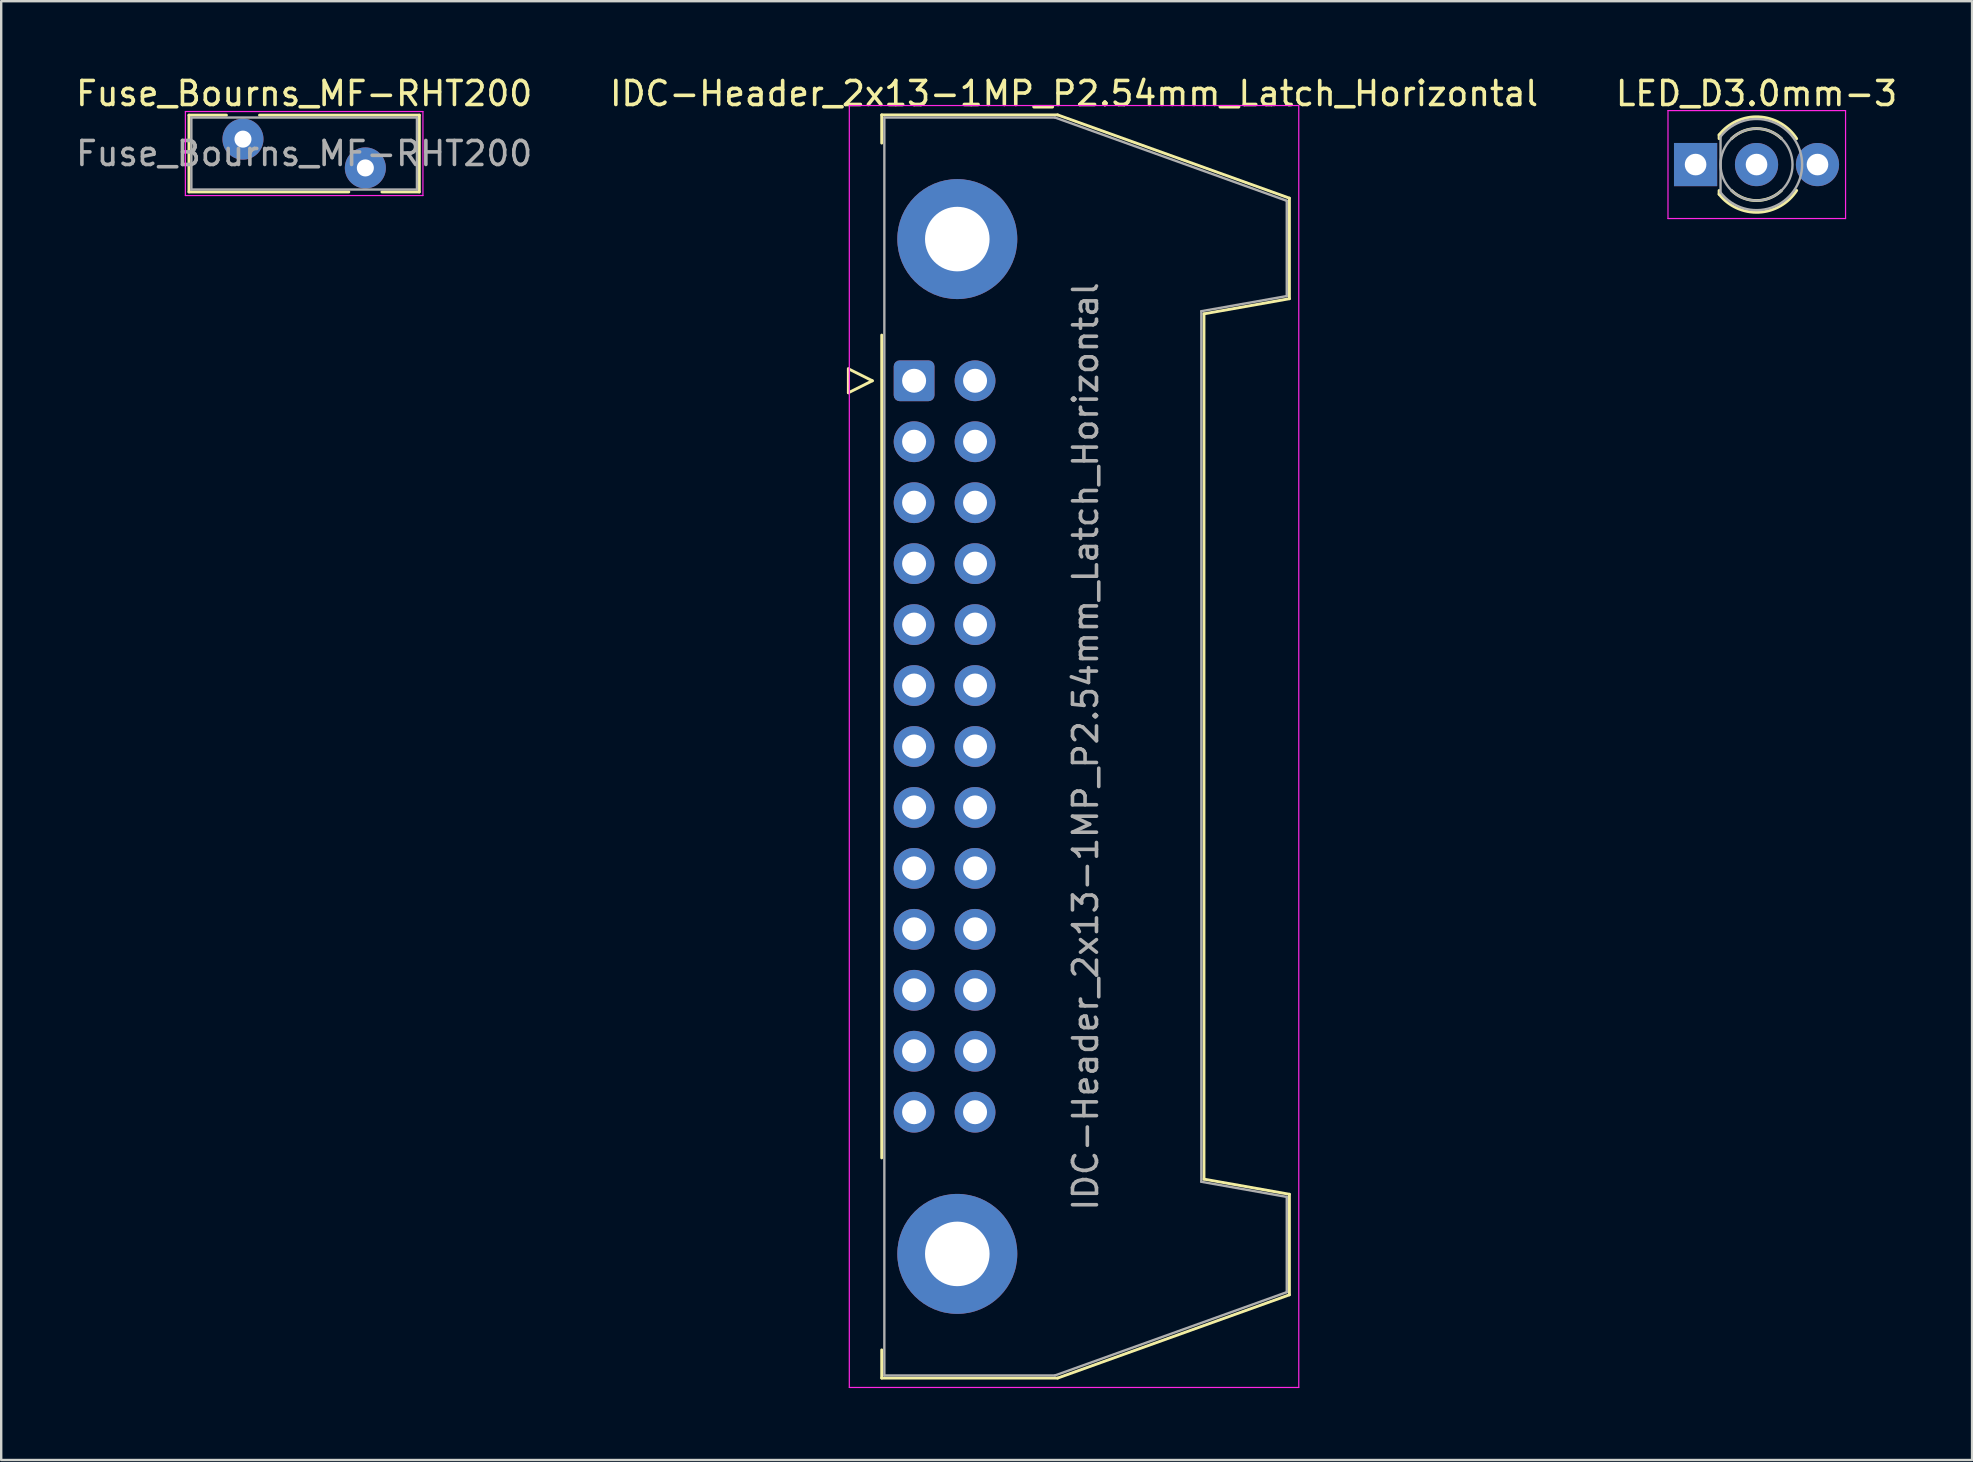
<source format=kicad_pcb>
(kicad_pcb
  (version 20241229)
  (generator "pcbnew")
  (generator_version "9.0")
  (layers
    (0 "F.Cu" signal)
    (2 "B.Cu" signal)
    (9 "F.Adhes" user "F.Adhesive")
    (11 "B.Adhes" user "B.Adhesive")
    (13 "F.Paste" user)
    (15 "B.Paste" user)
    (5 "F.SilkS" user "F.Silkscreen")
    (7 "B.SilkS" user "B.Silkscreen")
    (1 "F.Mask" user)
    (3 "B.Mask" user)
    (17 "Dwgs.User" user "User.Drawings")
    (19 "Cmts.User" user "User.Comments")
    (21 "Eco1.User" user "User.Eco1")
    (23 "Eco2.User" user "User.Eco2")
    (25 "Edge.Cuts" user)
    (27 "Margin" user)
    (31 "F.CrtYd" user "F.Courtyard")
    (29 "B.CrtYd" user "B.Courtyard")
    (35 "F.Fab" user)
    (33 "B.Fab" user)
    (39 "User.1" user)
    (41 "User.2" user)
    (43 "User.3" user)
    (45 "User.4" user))
  (footprint "IDC-Header_2x13-1MP_P2.54mm_Latch_Horizontal"
    (layer "F.Cu")
    (at 35.043 12.818)
    (property "Reference" "IDC-Header_2x13-1MP_P2.54mm_Latch_Horizontal" (at 6.665 -11.97 0) (layer "F.SilkS") (effects (font (size 1 1) (thickness 0.15))))
    (attr through_hole)
    (fp_line (start -2.74 -0.5) (end -2.74 0.5) (stroke (width 0.12) (type solid)) (layer "F.SilkS"))
    (fp_line (start -2.74 0.5) (end -1.74 0) (stroke (width 0.12) (type solid)) (layer "F.SilkS"))
    (fp_line (start -1.74 0) (end -2.74 -0.5) (stroke (width 0.12) (type solid)) (layer "F.SilkS"))
    (fp_line (start -1.35 -11.08) (end -1.35 -9.905) (stroke (width 0.12) (type solid)) (layer "F.SilkS"))
    (fp_line (start -1.35 -11.08) (end 5.98 -11.08) (stroke (width 0.12) (type solid)) (layer "F.SilkS"))
    (fp_line (start -1.35 -1.905) (end -1.35 32.385) (stroke (width 0.12) (type solid)) (layer "F.SilkS"))
    (fp_line (start -1.35 40.385) (end -1.35 41.56) (stroke (width 0.12) (type solid)) (layer "F.SilkS"))
    (fp_line (start 5.98 -11.08) (end 15.64 -7.61) (stroke (width 0.12) (type solid)) (layer "F.SilkS"))
    (fp_line (start 5.98 41.56) (end -1.35 41.56) (stroke (width 0.12) (type solid)) (layer "F.SilkS"))
    (fp_line (start 12.08 -2.79) (end 12.08 33.27) (stroke (width 0.12) (type solid)) (layer "F.SilkS"))
    (fp_line (start 12.08 33.27) (end 15.64 33.9) (stroke (width 0.12) (type solid)) (layer "F.SilkS"))
    (fp_line (start 15.64 -7.61) (end 15.64 -3.42) (stroke (width 0.12) (type solid)) (layer "F.SilkS"))
    (fp_line (start 15.64 -3.42) (end 12.08 -2.79) (stroke (width 0.12) (type solid)) (layer "F.SilkS"))
    (fp_line (start 15.64 33.9) (end 15.64 38.09) (stroke (width 0.12) (type solid)) (layer "F.SilkS"))
    (fp_line (start 15.64 38.09) (end 5.98 41.56) (stroke (width 0.12) (type solid)) (layer "F.SilkS"))
    (fp_line (start -2.7 -11.47) (end -2.7 41.95) (stroke (width 0.05) (type solid)) (layer "F.CrtYd"))
    (fp_line (start -2.7 41.95) (end 16.03 41.95) (stroke (width 0.05) (type solid)) (layer "F.CrtYd"))
    (fp_line (start 16.03 -11.47) (end -2.7 -11.47) (stroke (width 0.05) (type solid)) (layer "F.CrtYd"))
    (fp_line (start 16.03 41.95) (end 16.03 -11.47) (stroke (width 0.05) (type solid)) (layer "F.CrtYd"))
    (fp_line (start -1.24 -10.97) (end 5.87 -10.97) (stroke (width 0.1) (type solid)) (layer "F.Fab"))
    (fp_line (start -1.24 41.45) (end -1.24 -10.97) (stroke (width 0.1) (type solid)) (layer "F.Fab"))
    (fp_line (start 5.87 -10.97) (end 15.53 -7.5) (stroke (width 0.1) (type solid)) (layer "F.Fab"))
    (fp_line (start 5.87 41.45) (end -1.24 41.45) (stroke (width 0.1) (type solid)) (layer "F.Fab"))
    (fp_line (start 11.97 -2.9) (end 11.97 33.38) (stroke (width 0.1) (type solid)) (layer "F.Fab"))
    (fp_line (start 11.97 33.38) (end 15.53 34.01) (stroke (width 0.1) (type solid)) (layer "F.Fab"))
    (fp_line (start 15.53 -7.5) (end 15.53 -3.53) (stroke (width 0.1) (type solid)) (layer "F.Fab"))
    (fp_line (start 15.53 -3.53) (end 11.97 -2.9) (stroke (width 0.1) (type solid)) (layer "F.Fab"))
    (fp_line (start 15.53 34.01) (end 15.53 37.98) (stroke (width 0.1) (type solid)) (layer "F.Fab"))
    (fp_line (start 15.53 37.98) (end 5.87 41.45) (stroke (width 0.1) (type solid)) (layer "F.Fab"))
    (fp_text user "${REFERENCE}" (at 7.145 15.24 90) (layer "F.Fab") (effects (font (size 1 1) (thickness 0.15))))
    (pad "1" thru_hole roundrect (at 0 0) (size 1.7 1.7) (drill 1) (layers "*.Cu" "*.Mask") (roundrect_rratio 0.147))
    (pad "2" thru_hole circle (at 2.54 0) (size 1.7 1.7) (drill 1) (layers "*.Cu" "*.Mask"))
    (pad "3" thru_hole circle (at 0 2.54) (size 1.7 1.7) (drill 1) (layers "*.Cu" "*.Mask"))
    (pad "4" thru_hole circle (at 2.54 2.54) (size 1.7 1.7) (drill 1) (layers "*.Cu" "*.Mask"))
    (pad "5" thru_hole circle (at 0 5.08) (size 1.7 1.7) (drill 1) (layers "*.Cu" "*.Mask"))
    (pad "6" thru_hole circle (at 2.54 5.08) (size 1.7 1.7) (drill 1) (layers "*.Cu" "*.Mask"))
    (pad "7" thru_hole circle (at 0 7.62) (size 1.7 1.7) (drill 1) (layers "*.Cu" "*.Mask"))
    (pad "8" thru_hole circle (at 2.54 7.62) (size 1.7 1.7) (drill 1) (layers "*.Cu" "*.Mask"))
    (pad "9" thru_hole circle (at 0 10.16) (size 1.7 1.7) (drill 1) (layers "*.Cu" "*.Mask"))
    (pad "10" thru_hole circle (at 2.54 10.16) (size 1.7 1.7) (drill 1) (layers "*.Cu" "*.Mask"))
    (pad "11" thru_hole circle (at 0 12.7) (size 1.7 1.7) (drill 1) (layers "*.Cu" "*.Mask"))
    (pad "12" thru_hole circle (at 2.54 12.7) (size 1.7 1.7) (drill 1) (layers "*.Cu" "*.Mask"))
    (pad "13" thru_hole circle (at 0 15.24) (size 1.7 1.7) (drill 1) (layers "*.Cu" "*.Mask"))
    (pad "14" thru_hole circle (at 2.54 15.24) (size 1.7 1.7) (drill 1) (layers "*.Cu" "*.Mask"))
    (pad "15" thru_hole circle (at 0 17.78) (size 1.7 1.7) (drill 1) (layers "*.Cu" "*.Mask"))
    (pad "16" thru_hole circle (at 2.54 17.78) (size 1.7 1.7) (drill 1) (layers "*.Cu" "*.Mask"))
    (pad "17" thru_hole circle (at 0 20.32) (size 1.7 1.7) (drill 1) (layers "*.Cu" "*.Mask"))
    (pad "18" thru_hole circle (at 2.54 20.32) (size 1.7 1.7) (drill 1) (layers "*.Cu" "*.Mask"))
    (pad "19" thru_hole circle (at 0 22.86) (size 1.7 1.7) (drill 1) (layers "*.Cu" "*.Mask"))
    (pad "20" thru_hole circle (at 2.54 22.86) (size 1.7 1.7) (drill 1) (layers "*.Cu" "*.Mask"))
    (pad "21" thru_hole circle (at 0 25.4) (size 1.7 1.7) (drill 1) (layers "*.Cu" "*.Mask"))
    (pad "22" thru_hole circle (at 2.54 25.4) (size 1.7 1.7) (drill 1) (layers "*.Cu" "*.Mask"))
    (pad "23" thru_hole circle (at 0 27.94) (size 1.7 1.7) (drill 1) (layers "*.Cu" "*.Mask"))
    (pad "24" thru_hole circle (at 2.54 27.94) (size 1.7 1.7) (drill 1) (layers "*.Cu" "*.Mask"))
    (pad "25" thru_hole circle (at 0 30.48) (size 1.7 1.7) (drill 1) (layers "*.Cu" "*.Mask"))
    (pad "26" thru_hole circle (at 2.54 30.48) (size 1.7 1.7) (drill 1) (layers "*.Cu" "*.Mask"))
    (pad "MP" thru_hole circle (at 1.8 -5.905) (size 5 5) (drill 2.69) (layers "*.Cu" "*.Mask"))
    (pad "MP" thru_hole circle (at 1.8 36.385) (size 5 5) (drill 2.69) (layers "*.Cu" "*.Mask")))
  (footprint "Fuse_Bourns_MF-RHT200"
    (layer "F.Cu")
    (at 7.075 2.748)
    (property "Reference" "Fuse_Bourns_MF-RHT200" (at 2.55 -1.9 0) (layer "F.SilkS") (effects (font (size 1 1) (thickness 0.15))))
    (attr through_hole)
    (fp_line (start -2.251 -1) (end -2.251 2.2) (stroke (width 0.12) (type solid)) (layer "F.SilkS"))
    (fp_line (start -2.251 -1) (end -0.689 -1) (stroke (width 0.12) (type solid)) (layer "F.SilkS"))
    (fp_line (start -2.251 2.2) (end 4.412 2.2) (stroke (width 0.12) (type solid)) (layer "F.SilkS"))
    (fp_line (start 0.689 -1) (end 7.35 -1) (stroke (width 0.12) (type solid)) (layer "F.SilkS"))
    (fp_line (start 5.789 2.2) (end 7.35 2.2) (stroke (width 0.12) (type solid)) (layer "F.SilkS"))
    (fp_line (start 7.35 -1) (end 7.35 2.2) (stroke (width 0.12) (type solid)) (layer "F.SilkS"))
    (fp_line (start -2.4 -1.15) (end -2.4 2.35) (stroke (width 0.05) (type solid)) (layer "F.CrtYd"))
    (fp_line (start -2.4 2.35) (end 7.5 2.35) (stroke (width 0.05) (type solid)) (layer "F.CrtYd"))
    (fp_line (start 7.5 -1.15) (end -2.4 -1.15) (stroke (width 0.05) (type solid)) (layer "F.CrtYd"))
    (fp_line (start 7.5 2.35) (end 7.5 -1.15) (stroke (width 0.05) (type solid)) (layer "F.CrtYd"))
    (fp_line (start -2.15 -0.9) (end -2.15 2.1) (stroke (width 0.1) (type solid)) (layer "F.Fab"))
    (fp_line (start -2.15 2.1) (end 7.25 2.1) (stroke (width 0.1) (type solid)) (layer "F.Fab"))
    (fp_line (start 7.25 -0.9) (end -2.15 -0.9) (stroke (width 0.1) (type solid)) (layer "F.Fab"))
    (fp_line (start 7.25 2.1) (end 7.25 -0.9) (stroke (width 0.1) (type solid)) (layer "F.Fab"))
    (fp_text user "${REFERENCE}" (at 2.55 0.6 0) (layer "F.Fab") (effects (font (size 1 1) (thickness 0.15))))
    (pad "1" thru_hole circle (at 0 0) (size 1.71 1.71) (drill 0.71) (layers "*.Cu" "*.Mask"))
    (pad "2" thru_hole circle (at 5.1 1.2) (size 1.71 1.71) (drill 0.71) (layers "*.Cu" "*.Mask")))
  (footprint "LED_D3.0mm-3"
    (layer "F.Cu")
    (at 67.609 3.808)
    (property "Reference" "LED_D3.0mm-3" (at 2.54 -2.96 0) (layer "F.SilkS") (effects (font (size 1 1) (thickness 0.15))))
    (attr through_hole)
    (fp_line (start 0.98 -1.236) (end 0.98 -1.08) (stroke (width 0.12) (type solid)) (layer "F.SilkS"))
    (fp_line (start 0.98 1.08) (end 0.98 1.236) (stroke (width 0.12) (type solid)) (layer "F.SilkS"))
    (fp_arc (start 0.98 -1.235516) (mid 2.636487 -1.987659) (end 4.212335 -1.078608) (stroke (width 0.12) (type solid)) (layer "F.SilkS"))
    (fp_arc (start 1.499039 -1.08) (mid 2.540117 -1.5) (end 3.58113 -1.079837) (stroke (width 0.12) (type solid)) (layer "F.SilkS"))
    (fp_arc (start 3.58113 1.079837) (mid 2.540117 1.5) (end 1.499039 1.08) (stroke (width 0.12) (type solid)) (layer "F.SilkS"))
    (fp_arc (start 4.212335 1.078608) (mid 2.636487 1.987659) (end 0.98 1.235516) (stroke (width 0.12) (type solid)) (layer "F.SilkS"))
    (fp_line (start -1.15 -2.25) (end -1.15 2.25) (stroke (width 0.05) (type solid)) (layer "F.CrtYd"))
    (fp_line (start -1.15 2.25) (end 6.25 2.25) (stroke (width 0.05) (type solid)) (layer "F.CrtYd"))
    (fp_line (start 6.25 -2.25) (end -1.15 -2.25) (stroke (width 0.05) (type solid)) (layer "F.CrtYd"))
    (fp_line (start 6.25 2.25) (end 6.25 -2.25) (stroke (width 0.05) (type solid)) (layer "F.CrtYd"))
    (fp_line (start 1.04 -1.166) (end 1.04 1.166) (stroke (width 0.1) (type solid)) (layer "F.Fab"))
    (fp_arc (start 1.04 -1.16619) (mid 4.44 0.000452) (end 1.039445 1.165476) (stroke (width 0.1) (type solid)) (layer "F.Fab"))
    (fp_circle (center 2.54 0) (end 4.04 0) (stroke (width 0.1) (type solid)) (fill no) (layer "F.Fab"))
    (pad "1" thru_hole rect (at 0 0) (size 1.8 1.8) (drill 0.9) (layers "*.Cu" "*.Mask"))
    (pad "2" thru_hole circle (at 2.54 0) (size 1.8 1.8) (drill 0.9) (layers "*.Cu" "*.Mask"))
    (pad "3" thru_hole circle (at 5.08 0) (size 1.8 1.8) (drill 0.9) (layers "*.Cu" "*.Mask")))
  (gr_rect
    (start -3 -3)
    (end 79.131 57.793)
    (stroke (width 0.1) (type default))
    (fill no)
    (layer "Edge.Cuts")))
</source>
